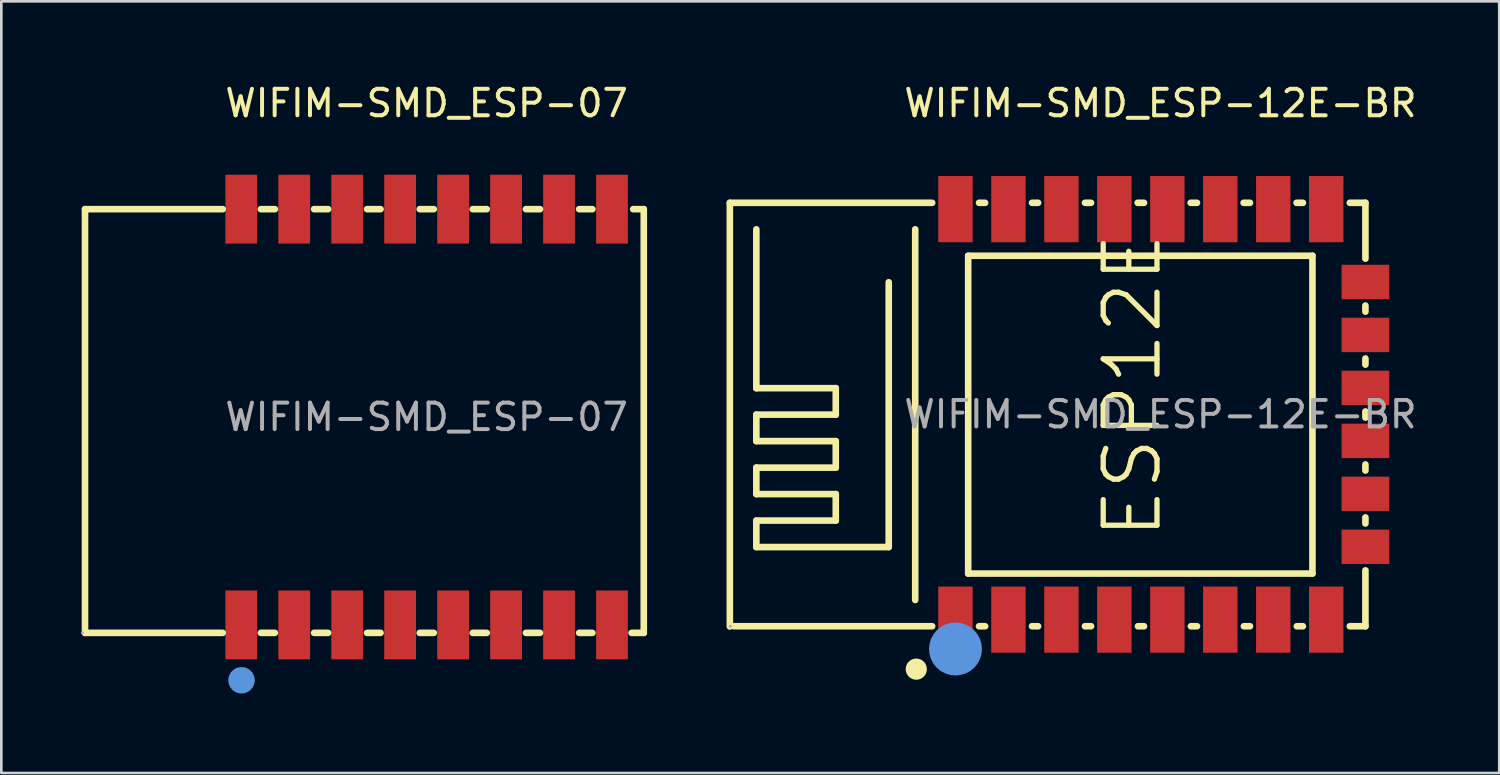
<source format=kicad_pcb>
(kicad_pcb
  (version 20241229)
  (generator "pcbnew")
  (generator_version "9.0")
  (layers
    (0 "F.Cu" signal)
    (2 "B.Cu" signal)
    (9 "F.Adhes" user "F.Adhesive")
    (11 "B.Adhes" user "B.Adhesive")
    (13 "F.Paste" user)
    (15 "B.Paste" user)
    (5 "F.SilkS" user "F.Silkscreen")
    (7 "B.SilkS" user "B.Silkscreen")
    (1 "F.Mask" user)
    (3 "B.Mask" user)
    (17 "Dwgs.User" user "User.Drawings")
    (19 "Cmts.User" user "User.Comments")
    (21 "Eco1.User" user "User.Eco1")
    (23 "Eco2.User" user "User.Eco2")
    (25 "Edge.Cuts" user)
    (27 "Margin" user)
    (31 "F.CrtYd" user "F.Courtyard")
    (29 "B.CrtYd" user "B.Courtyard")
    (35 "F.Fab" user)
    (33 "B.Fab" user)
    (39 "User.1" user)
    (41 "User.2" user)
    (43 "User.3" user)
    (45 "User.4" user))
  (footprint "WIFIM-SMD_ESP-07"
    (layer "F.Cu")
    (at 13.06 12.698)
    (property "Reference" "WIFIM-SMD_ESP-07" (at 0 -11.85 0) (layer "F.SilkS") (effects (font (size 1 1) (thickness 0.15))))
    (attr through_hole)
    (fp_line (start -12.9 -7.85) (end -12.9 8.15) (stroke (width 0.25) (type solid)) (layer "F.SilkS"))
    (fp_line (start -12.9 8.15) (end -7.7 8.15) (stroke (width 0.25) (type solid)) (layer "F.SilkS"))
    (fp_line (start -7.7 -7.85) (end -12.9 -7.85) (stroke (width 0.25) (type solid)) (layer "F.SilkS"))
    (fp_line (start -6.26 -7.85) (end -5.73 -7.85) (stroke (width 0.25) (type solid)) (layer "F.SilkS"))
    (fp_line (start -6.26 8.15) (end -5.73 8.15) (stroke (width 0.25) (type solid)) (layer "F.SilkS"))
    (fp_line (start -4.25 -7.85) (end -3.72 -7.85) (stroke (width 0.25) (type solid)) (layer "F.SilkS"))
    (fp_line (start -4.25 8.15) (end -3.72 8.15) (stroke (width 0.25) (type solid)) (layer "F.SilkS"))
    (fp_line (start -2.25 -7.85) (end -1.74 -7.85) (stroke (width 0.25) (type solid)) (layer "F.SilkS"))
    (fp_line (start -2.25 8.15) (end -1.74 8.15) (stroke (width 0.25) (type solid)) (layer "F.SilkS"))
    (fp_line (start -0.26 -7.85) (end 0.27 -7.85) (stroke (width 0.25) (type solid)) (layer "F.SilkS"))
    (fp_line (start -0.26 8.15) (end 0.27 8.15) (stroke (width 0.25) (type solid)) (layer "F.SilkS"))
    (fp_line (start 1.74 -7.85) (end 2.27 -7.85) (stroke (width 0.25) (type solid)) (layer "F.SilkS"))
    (fp_line (start 1.74 8.15) (end 2.27 8.15) (stroke (width 0.25) (type solid)) (layer "F.SilkS"))
    (fp_line (start 3.75 -7.85) (end 4.28 -7.85) (stroke (width 0.25) (type solid)) (layer "F.SilkS"))
    (fp_line (start 3.75 8.15) (end 4.28 8.15) (stroke (width 0.25) (type solid)) (layer "F.SilkS"))
    (fp_line (start 5.76 -7.85) (end 6.26 -7.85) (stroke (width 0.25) (type solid)) (layer "F.SilkS"))
    (fp_line (start 5.76 8.15) (end 6.26 8.15) (stroke (width 0.25) (type solid)) (layer "F.SilkS"))
    (fp_line (start 7.74 8.15) (end 8.2 8.15) (stroke (width 0.25) (type solid)) (layer "F.SilkS"))
    (fp_line (start 8.2 -7.85) (end 7.8 -7.85) (stroke (width 0.25) (type solid)) (layer "F.SilkS"))
    (fp_line (start 8.2 8.15) (end 8.2 -7.85) (stroke (width 0.25) (type solid)) (layer "F.SilkS"))
    (fp_circle (center -6.99 9.94) (end -6.74 9.94) (stroke (width 0.5) (type solid)) (fill no) (layer "Cmts.User"))
    (fp_circle (center -13 8.15) (end -12.97 8.15) (stroke (width 0.06) (type solid)) (fill no) (layer "F.Fab"))
    (fp_text user "${REFERENCE}" (at 0 0 0) (layer "F.Fab") (effects (font (size 1 1) (thickness 0.15))))
    (pad "1" smd rect (at -7 7.85) (size 1.2 2.6) (layers "F.Cu" "F.Mask" "F.Paste"))
    (pad "2" smd rect (at -5 7.85) (size 1.2 2.6) (layers "F.Cu" "F.Mask" "F.Paste"))
    (pad "3" smd rect (at -3 7.85) (size 1.2 2.6) (layers "F.Cu" "F.Mask" "F.Paste"))
    (pad "4" smd rect (at -1 7.85) (size 1.2 2.6) (layers "F.Cu" "F.Mask" "F.Paste"))
    (pad "5" smd rect (at 1 7.85) (size 1.2 2.6) (layers "F.Cu" "F.Mask" "F.Paste"))
    (pad "6" smd rect (at 3 7.85) (size 1.2 2.6) (layers "F.Cu" "F.Mask" "F.Paste"))
    (pad "7" smd rect (at 5 7.85) (size 1.2 2.6) (layers "F.Cu" "F.Mask" "F.Paste"))
    (pad "8" smd rect (at 7 7.85) (size 1.2 2.6) (layers "F.Cu" "F.Mask" "F.Paste"))
    (pad "9" smd rect (at 7 -7.85) (size 1.2 2.6) (layers "F.Cu" "F.Mask" "F.Paste"))
    (pad "10" smd rect (at 5 -7.85) (size 1.2 2.6) (layers "F.Cu" "F.Mask" "F.Paste"))
    (pad "11" smd rect (at 3 -7.85) (size 1.2 2.6) (layers "F.Cu" "F.Mask" "F.Paste"))
    (pad "12" smd rect (at 1 -7.85) (size 1.2 2.6) (layers "F.Cu" "F.Mask" "F.Paste"))
    (pad "13" smd rect (at -1 -7.85) (size 1.2 2.6) (layers "F.Cu" "F.Mask" "F.Paste"))
    (pad "14" smd rect (at -3 -7.85) (size 1.2 2.6) (layers "F.Cu" "F.Mask" "F.Paste"))
    (pad "15" smd rect (at -5 -7.85) (size 1.2 2.6) (layers "F.Cu" "F.Mask" "F.Paste"))
    (pad "16" smd rect (at -7 -7.85) (size 1.2 2.6) (layers "F.Cu" "F.Mask" "F.Paste")))
  (footprint "WIFIM-SMD_ESP-12E-BR"
    (layer "F.Cu")
    (at 40.77 12.598)
    (property "Reference" "WIFIM-SMD_ESP-12E-BR" (at 0 -11.75 0) (layer "F.SilkS") (effects (font (size 1 1) (thickness 0.15))))
    (attr through_hole)
    (fp_line (start -16.26 -7.99) (end -16.26 8.01) (stroke (width 0.25) (type solid)) (layer "F.SilkS"))
    (fp_line (start -16.26 -7.99) (end -8.62 -7.99) (stroke (width 0.25) (type solid)) (layer "F.SilkS"))
    (fp_line (start -16.1 8) (end -8.62 8) (stroke (width 0.25) (type solid)) (layer "F.SilkS"))
    (fp_line (start -15.26 -0.99) (end -15.26 -6.99) (stroke (width 0.25) (type solid)) (layer "F.SilkS"))
    (fp_line (start -15.26 0.01) (end -12.26 0.01) (stroke (width 0.25) (type solid)) (layer "F.SilkS"))
    (fp_line (start -15.26 1.01) (end -15.26 0.01) (stroke (width 0.25) (type solid)) (layer "F.SilkS"))
    (fp_line (start -15.26 2.01) (end -12.26 2.01) (stroke (width 0.25) (type solid)) (layer "F.SilkS"))
    (fp_line (start -15.26 3.01) (end -15.26 2.01) (stroke (width 0.25) (type solid)) (layer "F.SilkS"))
    (fp_line (start -15.26 4.01) (end -12.26 4.01) (stroke (width 0.25) (type solid)) (layer "F.SilkS"))
    (fp_line (start -15.26 5.01) (end -15.26 4.01) (stroke (width 0.25) (type solid)) (layer "F.SilkS"))
    (fp_line (start -12.26 -0.99) (end -15.26 -0.99) (stroke (width 0.25) (type solid)) (layer "F.SilkS"))
    (fp_line (start -12.26 0.01) (end -12.26 -0.99) (stroke (width 0.25) (type solid)) (layer "F.SilkS"))
    (fp_line (start -12.26 1.01) (end -15.26 1.01) (stroke (width 0.25) (type solid)) (layer "F.SilkS"))
    (fp_line (start -12.26 2.01) (end -12.26 1.01) (stroke (width 0.25) (type solid)) (layer "F.SilkS"))
    (fp_line (start -12.26 3.01) (end -15.26 3.01) (stroke (width 0.25) (type solid)) (layer "F.SilkS"))
    (fp_line (start -12.26 4.01) (end -12.26 3.01) (stroke (width 0.25) (type solid)) (layer "F.SilkS"))
    (fp_line (start -10.26 -4.99) (end -10.26 5.01) (stroke (width 0.25) (type solid)) (layer "F.SilkS"))
    (fp_line (start -10.26 5.01) (end -15.26 5.01) (stroke (width 0.25) (type solid)) (layer "F.SilkS"))
    (fp_line (start -9.26 7.01) (end -9.26 -6.99) (stroke (width 0.25) (type solid)) (layer "F.SilkS"))
    (fp_line (start -7.26 -5.99) (end -7.26 6.01) (stroke (width 0.25) (type solid)) (layer "F.SilkS"))
    (fp_line (start -7.26 6.01) (end 5.74 6.01) (stroke (width 0.25) (type solid)) (layer "F.SilkS"))
    (fp_line (start -6.85 -7.99) (end -6.62 -7.99) (stroke (width 0.25) (type solid)) (layer "F.SilkS"))
    (fp_line (start -6.85 8) (end -6.62 8) (stroke (width 0.25) (type solid)) (layer "F.SilkS"))
    (fp_line (start -4.85 -7.99) (end -4.62 -7.99) (stroke (width 0.25) (type solid)) (layer "F.SilkS"))
    (fp_line (start -4.85 8) (end -4.62 8) (stroke (width 0.25) (type solid)) (layer "F.SilkS"))
    (fp_line (start -2.85 -7.99) (end -2.62 -7.99) (stroke (width 0.25) (type solid)) (layer "F.SilkS"))
    (fp_line (start -2.85 8) (end -2.62 8) (stroke (width 0.25) (type solid)) (layer "F.SilkS"))
    (fp_line (start -0.86 -7.99) (end -0.62 -7.99) (stroke (width 0.25) (type solid)) (layer "F.SilkS"))
    (fp_line (start -0.85 8) (end -0.62 8) (stroke (width 0.25) (type solid)) (layer "F.SilkS"))
    (fp_line (start 1.14 -7.99) (end 1.38 -7.99) (stroke (width 0.25) (type solid)) (layer "F.SilkS"))
    (fp_line (start 1.15 8) (end 1.38 8) (stroke (width 0.25) (type solid)) (layer "F.SilkS"))
    (fp_line (start 3.14 -7.99) (end 3.38 -7.99) (stroke (width 0.25) (type solid)) (layer "F.SilkS"))
    (fp_line (start 3.15 8) (end 3.38 8) (stroke (width 0.25) (type solid)) (layer "F.SilkS"))
    (fp_line (start 5.14 -7.99) (end 5.38 -7.99) (stroke (width 0.25) (type solid)) (layer "F.SilkS"))
    (fp_line (start 5.15 8) (end 5.38 8) (stroke (width 0.25) (type solid)) (layer "F.SilkS"))
    (fp_line (start 5.74 -5.99) (end -7.26 -5.99) (stroke (width 0.25) (type solid)) (layer "F.SilkS"))
    (fp_line (start 5.74 6.01) (end 5.74 -5.99) (stroke (width 0.25) (type solid)) (layer "F.SilkS"))
    (fp_line (start 7.15 -7.99) (end 7.74 -7.99) (stroke (width 0.25) (type solid)) (layer "F.SilkS"))
    (fp_line (start 7.15 8) (end 7.74 8) (stroke (width 0.25) (type solid)) (layer "F.SilkS"))
    (fp_line (start 7.74 -7.99) (end 7.74 -5.88) (stroke (width 0.25) (type solid)) (layer "F.SilkS"))
    (fp_line (start 7.74 -4.11) (end 7.74 -3.88) (stroke (width 0.25) (type solid)) (layer "F.SilkS"))
    (fp_line (start 7.74 -2.11) (end 7.74 -1.88) (stroke (width 0.25) (type solid)) (layer "F.SilkS"))
    (fp_line (start 7.74 -0.11) (end 7.74 0.12) (stroke (width 0.25) (type solid)) (layer "F.SilkS"))
    (fp_line (start 7.74 1.89) (end 7.74 2.12) (stroke (width 0.25) (type solid)) (layer "F.SilkS"))
    (fp_line (start 7.74 3.89) (end 7.74 4.12) (stroke (width 0.25) (type solid)) (layer "F.SilkS"))
    (fp_line (start 7.74 5.89) (end 7.74 8) (stroke (width 0.25) (type solid)) (layer "F.SilkS"))
    (fp_circle (center -9.22 9.62) (end -9.02 9.62) (stroke (width 0.4) (type solid)) (fill no) (layer "F.SilkS"))
    (fp_circle (center -7.74 8.86) (end -7.24 8.86) (stroke (width 1) (type solid)) (fill no) (layer "Cmts.User"))
    (fp_circle (center -16.24 8) (end -16.21 8) (stroke (width 0.06) (type solid)) (fill no) (layer "F.Fab"))
    (fp_text user "ESP12E" (at -1.06 4.8 90) (layer "F.SilkS") (effects (font (size 2.03 2.03) (thickness 0.2)) (justify left)))
    (fp_text user "${REFERENCE}" (at 0 0 0) (layer "F.Fab") (effects (font (size 1 1) (thickness 0.15))))
    (pad "1" smd rect (at -7.74 7.75) (size 1.3 2.5) (layers "F.Cu" "F.Mask" "F.Paste"))
    (pad "2" smd rect (at -5.74 7.75) (size 1.3 2.5) (layers "F.Cu" "F.Mask" "F.Paste"))
    (pad "3" smd rect (at -3.74 7.75) (size 1.3 2.5) (layers "F.Cu" "F.Mask" "F.Paste"))
    (pad "4" smd rect (at -1.74 7.75) (size 1.3 2.5) (layers "F.Cu" "F.Mask" "F.Paste"))
    (pad "5" smd rect (at 0.26 7.75) (size 1.3 2.5) (layers "F.Cu" "F.Mask" "F.Paste"))
    (pad "6" smd rect (at 2.26 7.75) (size 1.3 2.5) (layers "F.Cu" "F.Mask" "F.Paste"))
    (pad "7" smd rect (at 4.26 7.75) (size 1.3 2.5) (layers "F.Cu" "F.Mask" "F.Paste"))
    (pad "8" smd rect (at 6.26 7.75) (size 1.3 2.5) (layers "F.Cu" "F.Mask" "F.Paste"))
    (pad "9" smd rect (at 7.74 5) (size 1.8 1.3) (layers "F.Cu" "F.Mask" "F.Paste"))
    (pad "10" smd rect (at 7.74 3) (size 1.8 1.3) (layers "F.Cu" "F.Mask" "F.Paste"))
    (pad "11" smd rect (at 7.74 1) (size 1.8 1.3) (layers "F.Cu" "F.Mask" "F.Paste"))
    (pad "12" smd rect (at 7.74 -1) (size 1.8 1.3) (layers "F.Cu" "F.Mask" "F.Paste"))
    (pad "13" smd rect (at 7.74 -3) (size 1.8 1.3) (layers "F.Cu" "F.Mask" "F.Paste"))
    (pad "14" smd rect (at 7.74 -5) (size 1.8 1.3) (layers "F.Cu" "F.Mask" "F.Paste"))
    (pad "15" smd rect (at 6.26 -7.75) (size 1.3 2.5) (layers "F.Cu" "F.Mask" "F.Paste"))
    (pad "16" smd rect (at 4.26 -7.75) (size 1.3 2.5) (layers "F.Cu" "F.Mask" "F.Paste"))
    (pad "17" smd rect (at 2.26 -7.75) (size 1.3 2.5) (layers "F.Cu" "F.Mask" "F.Paste"))
    (pad "18" smd rect (at 0.26 -7.75) (size 1.3 2.5) (layers "F.Cu" "F.Mask" "F.Paste"))
    (pad "19" smd rect (at -1.74 -7.75) (size 1.3 2.5) (layers "F.Cu" "F.Mask" "F.Paste"))
    (pad "20" smd rect (at -3.74 -7.75) (size 1.3 2.5) (layers "F.Cu" "F.Mask" "F.Paste"))
    (pad "21" smd rect (at -5.74 -7.75) (size 1.3 2.5) (layers "F.Cu" "F.Mask" "F.Paste"))
    (pad "22" smd rect (at -7.74 -7.75) (size 1.3 2.5) (layers "F.Cu" "F.Mask" "F.Paste")))
  (gr_rect
    (start -3 -3)
    (end 53.562 26.138)
    (stroke (width 0.1) (type default))
    (fill no)
    (layer "Edge.Cuts")))
</source>
